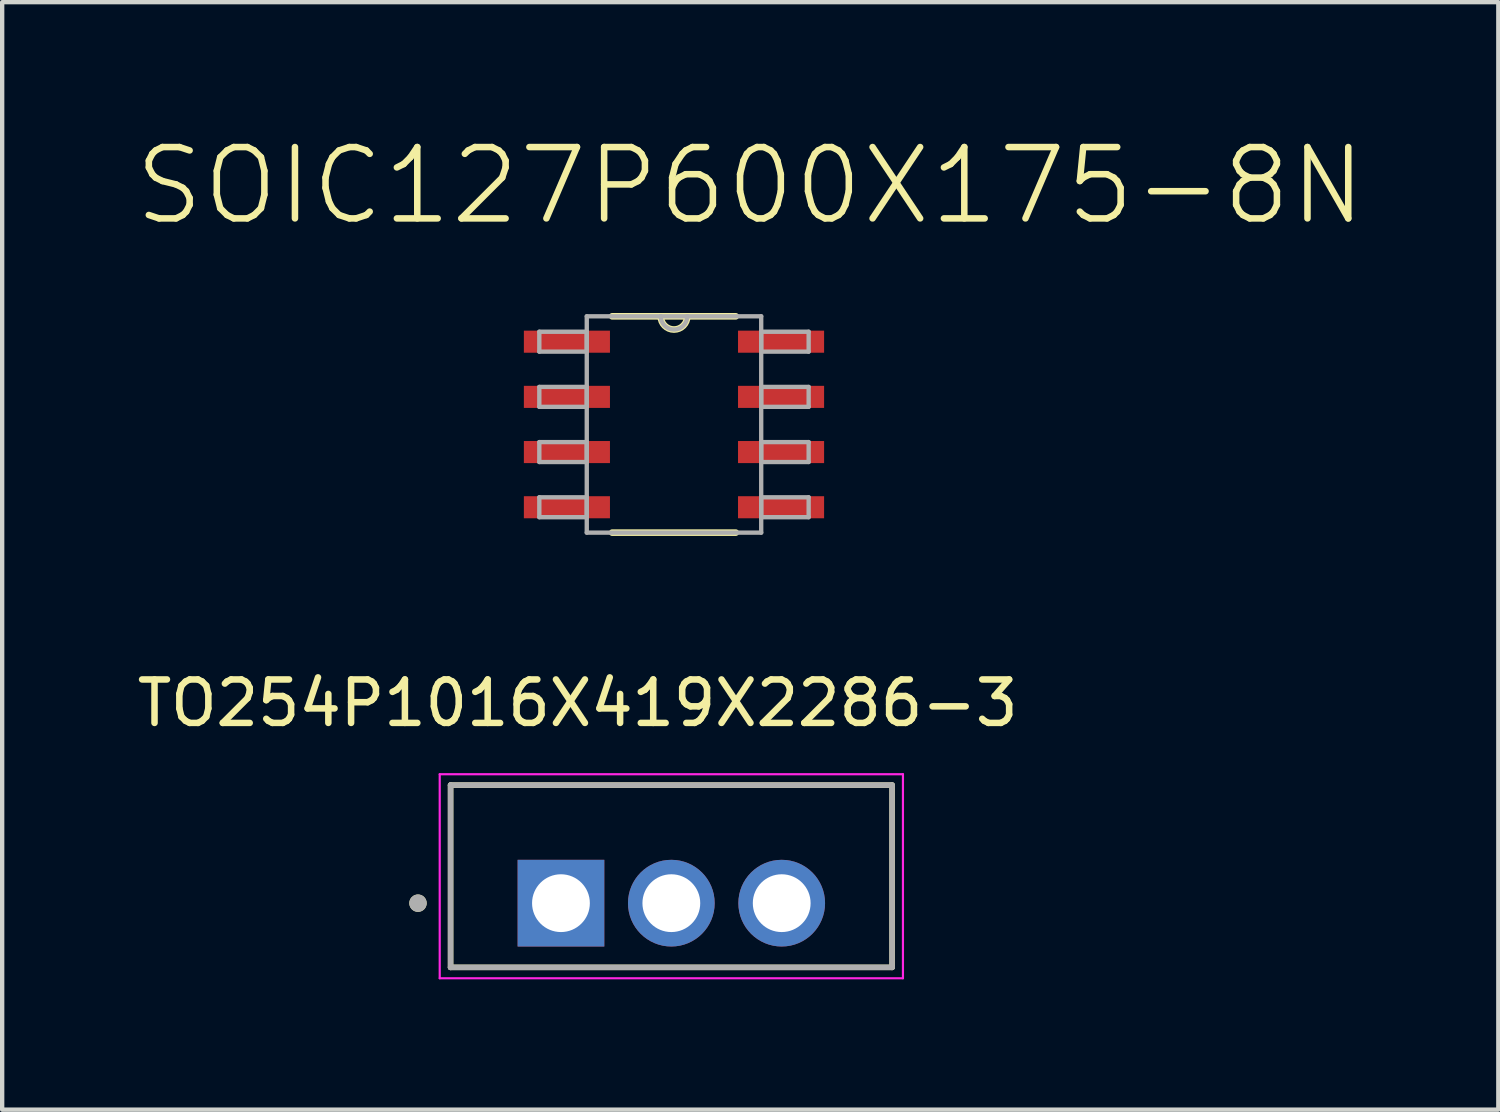
<source format=kicad_pcb>
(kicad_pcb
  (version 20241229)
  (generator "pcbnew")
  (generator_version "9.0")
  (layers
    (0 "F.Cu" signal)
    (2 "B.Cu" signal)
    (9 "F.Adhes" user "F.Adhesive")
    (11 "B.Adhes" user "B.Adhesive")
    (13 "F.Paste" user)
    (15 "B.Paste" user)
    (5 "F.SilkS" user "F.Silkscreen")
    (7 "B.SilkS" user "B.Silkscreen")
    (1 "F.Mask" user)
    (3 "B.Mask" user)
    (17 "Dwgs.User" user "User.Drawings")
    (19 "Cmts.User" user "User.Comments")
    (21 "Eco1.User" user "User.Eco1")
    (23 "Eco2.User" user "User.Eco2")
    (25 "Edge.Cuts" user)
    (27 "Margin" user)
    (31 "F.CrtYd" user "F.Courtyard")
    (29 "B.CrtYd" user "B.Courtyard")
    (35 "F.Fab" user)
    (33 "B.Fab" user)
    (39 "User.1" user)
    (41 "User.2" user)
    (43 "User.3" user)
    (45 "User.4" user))
  (footprint "TO254P1016X419X2286-3"
    (layer "F.Cu")
    (at 12.399 17.734)
    (property "Reference" "TO254P1016X419X2286-3" (at -2.155 -4.603 0) (layer "F.SilkS") (effects (font (size 1 1) (thickness 0.15))))
    (attr through_hole)
    (fp_line (start -5.08 -2.717) (end 5.08 -2.717) (stroke (width 0.127) (type solid)) (layer "F.SilkS"))
    (fp_line (start -5.08 1.478) (end -5.08 -2.717) (stroke (width 0.127) (type solid)) (layer "F.SilkS"))
    (fp_line (start 5.08 -2.717) (end 5.08 1.478) (stroke (width 0.127) (type solid)) (layer "F.SilkS"))
    (fp_line (start 5.08 1.478) (end -5.08 1.478) (stroke (width 0.127) (type solid)) (layer "F.SilkS"))
    (fp_circle (center -5.83 0) (end -5.73 0) (stroke (width 0.2) (type solid)) (fill no) (layer "F.SilkS"))
    (fp_line (start -5.33 -2.967) (end -5.33 1.728) (stroke (width 0.05) (type solid)) (layer "F.CrtYd"))
    (fp_line (start -5.33 1.728) (end 5.33 1.728) (stroke (width 0.05) (type solid)) (layer "F.CrtYd"))
    (fp_line (start 5.33 -2.967) (end -5.33 -2.967) (stroke (width 0.05) (type solid)) (layer "F.CrtYd"))
    (fp_line (start 5.33 1.728) (end 5.33 -2.967) (stroke (width 0.05) (type solid)) (layer "F.CrtYd"))
    (fp_line (start -5.08 -2.717) (end 5.08 -2.717) (stroke (width 0.127) (type solid)) (layer "F.Fab"))
    (fp_line (start -5.08 1.478) (end -5.08 -2.717) (stroke (width 0.127) (type solid)) (layer "F.Fab"))
    (fp_line (start 5.08 -2.717) (end 5.08 1.478) (stroke (width 0.127) (type solid)) (layer "F.Fab"))
    (fp_line (start 5.08 1.478) (end -5.08 1.478) (stroke (width 0.127) (type solid)) (layer "F.Fab"))
    (fp_circle (center -5.83 0) (end -5.73 0) (stroke (width 0.2) (type solid)) (fill no) (layer "F.Fab"))
    (pad "1" thru_hole rect (at -2.54 0) (size 1.995 1.995) (drill 1.33) (layers "*.Cu" "*.Mask"))
    (pad "2" thru_hole circle (at 0 0) (size 1.995 1.995) (drill 1.33) (layers "*.Cu" "*.Mask"))
    (pad "3" thru_hole circle (at 2.54 0) (size 1.995 1.995) (drill 1.33) (layers "*.Cu" "*.Mask")))
  (footprint "SOIC127P600X175-8N"
    (layer "F.Cu")
    (at 12.46 6.718)
    (property "Reference" "SOIC127P600X175-8N" (at 1.755 -5.494 0) (layer "F.SilkS") (effects (font (size 1.642 1.642) (thickness 0.15))))
    (attr through_hole)
    (fp_line (start -1.422 2.489) (end 1.422 2.489) (stroke (width 0.152) (type solid)) (layer "F.SilkS"))
    (fp_line (start -0.305 -2.489) (end -1.422 -2.489) (stroke (width 0.152) (type solid)) (layer "F.SilkS"))
    (fp_line (start 0.305 -2.489) (end -0.305 -2.489) (stroke (width 0.152) (type solid)) (layer "F.SilkS"))
    (fp_line (start 1.422 -2.489) (end 0.305 -2.489) (stroke (width 0.152) (type solid)) (layer "F.SilkS"))
    (fp_arc (start 0.3048 -2.4892) (mid 0 -2.1844) (end -0.3048 -2.4892) (stroke (width 0.1524) (type solid)) (layer "F.SilkS"))
    (fp_line (start -3.099 -2.134) (end -3.099 -1.676) (stroke (width 0.1) (type solid)) (layer "F.Fab"))
    (fp_line (start -3.099 -1.676) (end -2.007 -1.676) (stroke (width 0.1) (type solid)) (layer "F.Fab"))
    (fp_line (start -3.099 -0.864) (end -3.099 -0.406) (stroke (width 0.1) (type solid)) (layer "F.Fab"))
    (fp_line (start -3.099 -0.406) (end -2.007 -0.406) (stroke (width 0.1) (type solid)) (layer "F.Fab"))
    (fp_line (start -3.099 0.406) (end -3.099 0.864) (stroke (width 0.1) (type solid)) (layer "F.Fab"))
    (fp_line (start -3.099 0.864) (end -2.007 0.864) (stroke (width 0.1) (type solid)) (layer "F.Fab"))
    (fp_line (start -3.099 1.676) (end -3.099 2.134) (stroke (width 0.1) (type solid)) (layer "F.Fab"))
    (fp_line (start -3.099 2.134) (end -2.007 2.134) (stroke (width 0.1) (type solid)) (layer "F.Fab"))
    (fp_line (start -2.007 -2.489) (end -2.007 2.489) (stroke (width 0.1) (type solid)) (layer "F.Fab"))
    (fp_line (start -2.007 -2.134) (end -3.099 -2.134) (stroke (width 0.1) (type solid)) (layer "F.Fab"))
    (fp_line (start -2.007 -1.676) (end -2.007 -2.134) (stroke (width 0.1) (type solid)) (layer "F.Fab"))
    (fp_line (start -2.007 -0.864) (end -3.099 -0.864) (stroke (width 0.1) (type solid)) (layer "F.Fab"))
    (fp_line (start -2.007 -0.406) (end -2.007 -0.864) (stroke (width 0.1) (type solid)) (layer "F.Fab"))
    (fp_line (start -2.007 0.406) (end -3.099 0.406) (stroke (width 0.1) (type solid)) (layer "F.Fab"))
    (fp_line (start -2.007 0.864) (end -2.007 0.406) (stroke (width 0.1) (type solid)) (layer "F.Fab"))
    (fp_line (start -2.007 1.676) (end -3.099 1.676) (stroke (width 0.1) (type solid)) (layer "F.Fab"))
    (fp_line (start -2.007 2.134) (end -2.007 1.676) (stroke (width 0.1) (type solid)) (layer "F.Fab"))
    (fp_line (start -2.007 2.489) (end 2.007 2.489) (stroke (width 0.1) (type solid)) (layer "F.Fab"))
    (fp_line (start -0.305 -2.489) (end -2.007 -2.489) (stroke (width 0.1) (type solid)) (layer "F.Fab"))
    (fp_line (start 0.305 -2.489) (end -0.305 -2.489) (stroke (width 0.1) (type solid)) (layer "F.Fab"))
    (fp_line (start 2.007 -2.489) (end 0.305 -2.489) (stroke (width 0.1) (type solid)) (layer "F.Fab"))
    (fp_line (start 2.007 -2.134) (end 2.007 -1.676) (stroke (width 0.1) (type solid)) (layer "F.Fab"))
    (fp_line (start 2.007 -1.676) (end 3.099 -1.676) (stroke (width 0.1) (type solid)) (layer "F.Fab"))
    (fp_line (start 2.007 -0.864) (end 2.007 -0.406) (stroke (width 0.1) (type solid)) (layer "F.Fab"))
    (fp_line (start 2.007 -0.406) (end 3.099 -0.406) (stroke (width 0.1) (type solid)) (layer "F.Fab"))
    (fp_line (start 2.007 0.406) (end 2.007 0.864) (stroke (width 0.1) (type solid)) (layer "F.Fab"))
    (fp_line (start 2.007 0.864) (end 3.099 0.864) (stroke (width 0.1) (type solid)) (layer "F.Fab"))
    (fp_line (start 2.007 1.676) (end 2.007 2.134) (stroke (width 0.1) (type solid)) (layer "F.Fab"))
    (fp_line (start 2.007 2.134) (end 3.099 2.134) (stroke (width 0.1) (type solid)) (layer "F.Fab"))
    (fp_line (start 2.007 2.489) (end 2.007 -2.489) (stroke (width 0.1) (type solid)) (layer "F.Fab"))
    (fp_line (start 3.099 -2.134) (end 2.007 -2.134) (stroke (width 0.1) (type solid)) (layer "F.Fab"))
    (fp_line (start 3.099 -1.676) (end 3.099 -2.134) (stroke (width 0.1) (type solid)) (layer "F.Fab"))
    (fp_line (start 3.099 -0.864) (end 2.007 -0.864) (stroke (width 0.1) (type solid)) (layer "F.Fab"))
    (fp_line (start 3.099 -0.406) (end 3.099 -0.864) (stroke (width 0.1) (type solid)) (layer "F.Fab"))
    (fp_line (start 3.099 0.406) (end 2.007 0.406) (stroke (width 0.1) (type solid)) (layer "F.Fab"))
    (fp_line (start 3.099 0.864) (end 3.099 0.406) (stroke (width 0.1) (type solid)) (layer "F.Fab"))
    (fp_line (start 3.099 1.676) (end 2.007 1.676) (stroke (width 0.1) (type solid)) (layer "F.Fab"))
    (fp_line (start 3.099 2.134) (end 3.099 1.676) (stroke (width 0.1) (type solid)) (layer "F.Fab"))
    (fp_arc (start 0.3048 -2.4892) (mid 0 -2.1844) (end -0.3048 -2.4892) (stroke (width 0.1) (type solid)) (layer "F.Fab"))
    (pad "1" smd rect (at -2.464 -1.905) (size 1.981 0.508) (layers "F.Cu" "F.Mask" "F.Paste"))
    (pad "2" smd rect (at -2.464 -0.635) (size 1.981 0.508) (layers "F.Cu" "F.Mask" "F.Paste"))
    (pad "3" smd rect (at -2.464 0.635) (size 1.981 0.508) (layers "F.Cu" "F.Mask" "F.Paste"))
    (pad "4" smd rect (at -2.464 1.905) (size 1.981 0.508) (layers "F.Cu" "F.Mask" "F.Paste"))
    (pad "5" smd rect (at 2.464 1.905) (size 1.981 0.508) (layers "F.Cu" "F.Mask" "F.Paste"))
    (pad "6" smd rect (at 2.464 0.635) (size 1.981 0.508) (layers "F.Cu" "F.Mask" "F.Paste"))
    (pad "7" smd rect (at 2.464 -0.635) (size 1.981 0.508) (layers "F.Cu" "F.Mask" "F.Paste"))
    (pad "8" smd rect (at 2.464 -1.905) (size 1.981 0.508) (layers "F.Cu" "F.Mask" "F.Paste")))
  (gr_rect
    (start -3 -3)
    (end 31.43 22.486)
    (stroke (width 0.1) (type default))
    (fill no)
    (layer "Edge.Cuts")))
</source>
